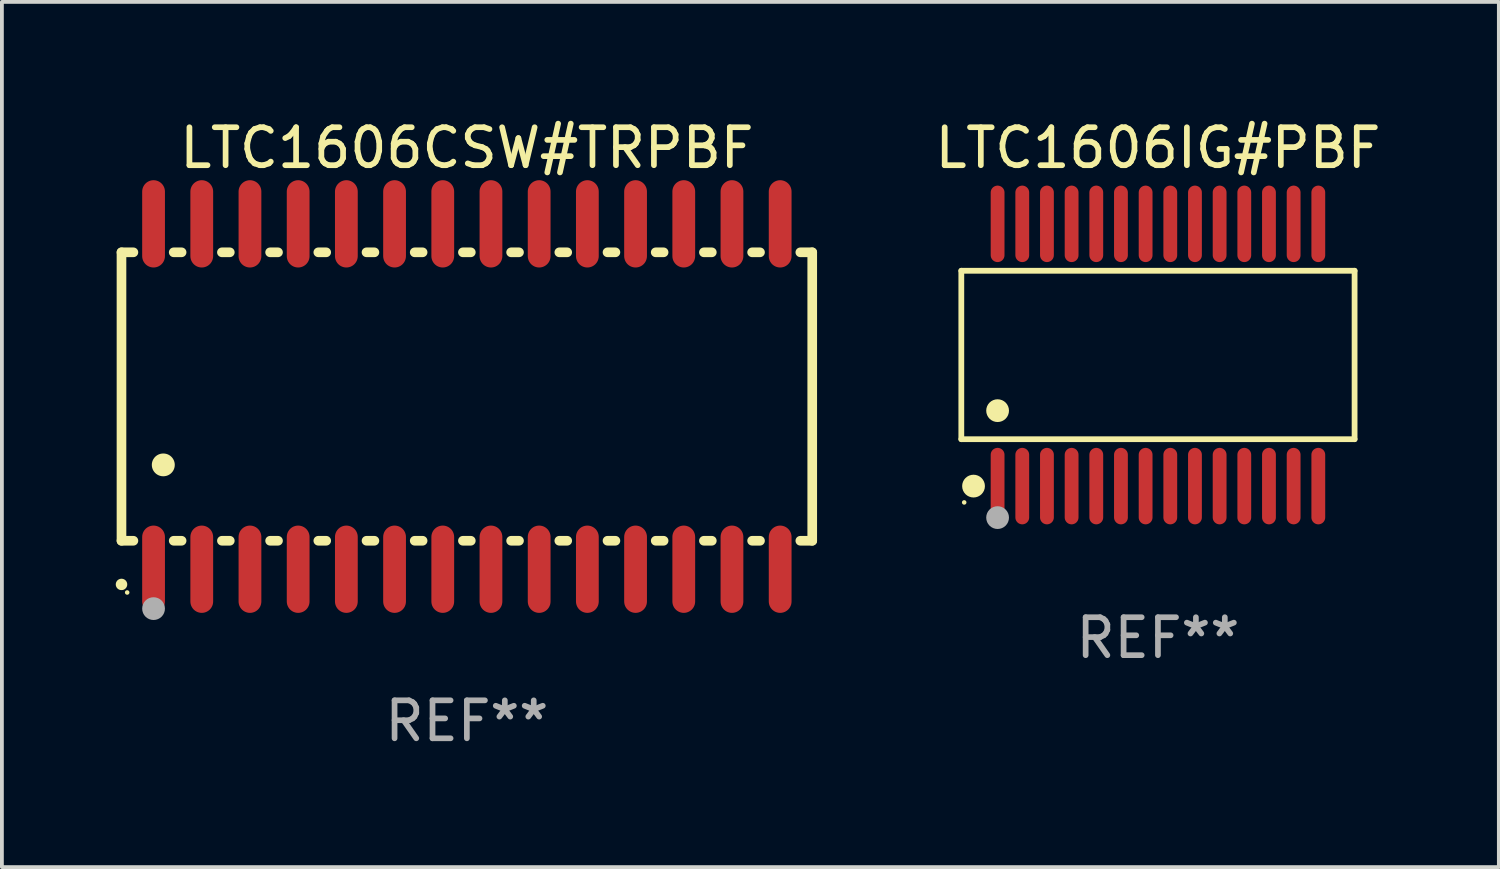
<source format=kicad_pcb>
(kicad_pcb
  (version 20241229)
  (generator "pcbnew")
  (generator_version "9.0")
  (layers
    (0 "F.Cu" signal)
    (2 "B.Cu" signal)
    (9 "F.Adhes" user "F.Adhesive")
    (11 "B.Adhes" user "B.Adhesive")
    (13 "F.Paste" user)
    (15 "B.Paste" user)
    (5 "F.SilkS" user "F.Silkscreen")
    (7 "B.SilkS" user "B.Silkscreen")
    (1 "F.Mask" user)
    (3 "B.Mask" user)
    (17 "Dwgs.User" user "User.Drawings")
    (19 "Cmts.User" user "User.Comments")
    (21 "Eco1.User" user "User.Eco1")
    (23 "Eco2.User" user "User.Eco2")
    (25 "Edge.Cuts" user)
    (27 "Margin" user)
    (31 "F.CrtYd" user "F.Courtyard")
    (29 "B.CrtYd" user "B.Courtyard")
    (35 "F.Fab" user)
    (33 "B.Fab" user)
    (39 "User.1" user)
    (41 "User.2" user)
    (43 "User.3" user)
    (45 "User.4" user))
  (footprint "LTC1606IG#PBF"
    (layer "F.Cu")
    (at 27.46 6.303)
    (property "Reference" "LTC1606IG#PBF" (at 0 -5.455 0) (layer "F.SilkS") (effects (font (size 1 1) (thickness 0.15))))
    (attr through_hole)
    (fp_line (start -5.181 -2.219) (end 5.181 -2.219) (stroke (width 0.152) (type solid)) (layer "F.SilkS"))
    (fp_line (start -5.181 2.219) (end -5.181 -2.219) (stroke (width 0.152) (type solid)) (layer "F.SilkS"))
    (fp_line (start 5.181 -2.219) (end 5.181 2.219) (stroke (width 0.152) (type solid)) (layer "F.SilkS"))
    (fp_line (start 5.181 2.219) (end -5.181 2.219) (stroke (width 0.152) (type solid)) (layer "F.SilkS"))
    (fp_circle (center -5.105 3.885) (end -5.075 3.885) (stroke (width 0.06) (type solid)) (fill no) (layer "F.SilkS"))
    (fp_circle (center -4.859 3.455) (end -4.709 3.455) (stroke (width 0.3) (type solid)) (fill no) (layer "F.SilkS"))
    (fp_circle (center -4.225 1.467) (end -4.075 1.467) (stroke (width 0.3) (type solid)) (fill no) (layer "F.SilkS"))
    (fp_circle (center -4.225 4.285) (end -4.075 4.285) (stroke (width 0.3) (type solid)) (fill no) (layer "F.Fab"))
    (fp_text user "REF**" (at 0 7.455 0) (layer "F.Fab") (effects (font (size 1 1) (thickness 0.15))))
    (pad "1" smd oval (at -4.225 3.455) (size 0.364 2.015) (layers "F.Cu" "F.Mask" "F.Paste"))
    (pad "2" smd oval (at -3.575 3.455) (size 0.364 2.015) (layers "F.Cu" "F.Mask" "F.Paste"))
    (pad "3" smd oval (at -2.925 3.455) (size 0.364 2.015) (layers "F.Cu" "F.Mask" "F.Paste"))
    (pad "4" smd oval (at -2.275 3.455) (size 0.364 2.015) (layers "F.Cu" "F.Mask" "F.Paste"))
    (pad "5" smd oval (at -1.625 3.455) (size 0.364 2.015) (layers "F.Cu" "F.Mask" "F.Paste"))
    (pad "6" smd oval (at -0.975 3.455) (size 0.364 2.015) (layers "F.Cu" "F.Mask" "F.Paste"))
    (pad "7" smd oval (at -0.325 3.455) (size 0.364 2.015) (layers "F.Cu" "F.Mask" "F.Paste"))
    (pad "8" smd oval (at 0.325 3.455) (size 0.364 2.015) (layers "F.Cu" "F.Mask" "F.Paste"))
    (pad "9" smd oval (at 0.975 3.455) (size 0.364 2.015) (layers "F.Cu" "F.Mask" "F.Paste"))
    (pad "10" smd oval (at 1.625 3.455) (size 0.364 2.015) (layers "F.Cu" "F.Mask" "F.Paste"))
    (pad "11" smd oval (at 2.275 3.455) (size 0.364 2.015) (layers "F.Cu" "F.Mask" "F.Paste"))
    (pad "12" smd oval (at 2.925 3.455) (size 0.364 2.015) (layers "F.Cu" "F.Mask" "F.Paste"))
    (pad "13" smd oval (at 3.575 3.455) (size 0.364 2.015) (layers "F.Cu" "F.Mask" "F.Paste"))
    (pad "14" smd oval (at 4.225 3.455) (size 0.364 2.015) (layers "F.Cu" "F.Mask" "F.Paste"))
    (pad "15" smd oval (at 4.225 -3.455) (size 0.364 2.015) (layers "F.Cu" "F.Mask" "F.Paste"))
    (pad "16" smd oval (at 3.575 -3.455) (size 0.364 2.015) (layers "F.Cu" "F.Mask" "F.Paste"))
    (pad "17" smd oval (at 2.925 -3.455) (size 0.364 2.015) (layers "F.Cu" "F.Mask" "F.Paste"))
    (pad "18" smd oval (at 2.275 -3.455) (size 0.364 2.015) (layers "F.Cu" "F.Mask" "F.Paste"))
    (pad "19" smd oval (at 1.625 -3.455) (size 0.364 2.015) (layers "F.Cu" "F.Mask" "F.Paste"))
    (pad "20" smd oval (at 0.975 -3.455) (size 0.364 2.015) (layers "F.Cu" "F.Mask" "F.Paste"))
    (pad "21" smd oval (at 0.325 -3.455) (size 0.364 2.015) (layers "F.Cu" "F.Mask" "F.Paste"))
    (pad "22" smd oval (at -0.325 -3.455) (size 0.364 2.015) (layers "F.Cu" "F.Mask" "F.Paste"))
    (pad "23" smd oval (at -0.975 -3.455) (size 0.364 2.015) (layers "F.Cu" "F.Mask" "F.Paste"))
    (pad "24" smd oval (at -1.625 -3.455) (size 0.364 2.015) (layers "F.Cu" "F.Mask" "F.Paste"))
    (pad "25" smd oval (at -2.275 -3.455) (size 0.364 2.015) (layers "F.Cu" "F.Mask" "F.Paste"))
    (pad "26" smd oval (at -2.925 -3.455) (size 0.364 2.015) (layers "F.Cu" "F.Mask" "F.Paste"))
    (pad "27" smd oval (at -3.575 -3.455) (size 0.364 2.015) (layers "F.Cu" "F.Mask" "F.Paste"))
    (pad "28" smd oval (at -4.225 -3.455) (size 0.364 2.015) (layers "F.Cu" "F.Mask" "F.Paste")))
  (footprint "LTC1606CSW#TRPBF"
    (layer "F.Cu")
    (at 9.251 7.398)
    (property "Reference" "LTC1606CSW#TRPBF" (at 0 -6.55 0) (layer "F.SilkS") (effects (font (size 1 1) (thickness 0.15))))
    (attr through_hole)
    (fp_line (start -9.1 -3.8) (end -9.1 3.8) (stroke (width 0.254) (type solid)) (layer "F.SilkS"))
    (fp_line (start -9.1 -3.8) (end -8.786 -3.8) (stroke (width 0.254) (type solid)) (layer "F.SilkS"))
    (fp_line (start -9.1 3.8) (end -8.786 3.8) (stroke (width 0.254) (type solid)) (layer "F.SilkS"))
    (fp_line (start -7.724 -3.8) (end -7.516 -3.8) (stroke (width 0.254) (type solid)) (layer "F.SilkS"))
    (fp_line (start -7.724 3.8) (end -7.516 3.8) (stroke (width 0.254) (type solid)) (layer "F.SilkS"))
    (fp_line (start -6.454 -3.8) (end -6.246 -3.8) (stroke (width 0.254) (type solid)) (layer "F.SilkS"))
    (fp_line (start -6.454 3.8) (end -6.246 3.8) (stroke (width 0.254) (type solid)) (layer "F.SilkS"))
    (fp_line (start -5.184 -3.8) (end -4.976 -3.8) (stroke (width 0.254) (type solid)) (layer "F.SilkS"))
    (fp_line (start -5.184 3.8) (end -4.976 3.8) (stroke (width 0.254) (type solid)) (layer "F.SilkS"))
    (fp_line (start -3.914 -3.8) (end -3.706 -3.8) (stroke (width 0.254) (type solid)) (layer "F.SilkS"))
    (fp_line (start -3.914 3.8) (end -3.706 3.8) (stroke (width 0.254) (type solid)) (layer "F.SilkS"))
    (fp_line (start -2.644 -3.8) (end -2.436 -3.8) (stroke (width 0.254) (type solid)) (layer "F.SilkS"))
    (fp_line (start -2.644 3.8) (end -2.436 3.8) (stroke (width 0.254) (type solid)) (layer "F.SilkS"))
    (fp_line (start -1.374 -3.8) (end -1.166 -3.8) (stroke (width 0.254) (type solid)) (layer "F.SilkS"))
    (fp_line (start -1.374 3.8) (end -1.166 3.8) (stroke (width 0.254) (type solid)) (layer "F.SilkS"))
    (fp_line (start -0.104 -3.8) (end 0.104 -3.8) (stroke (width 0.254) (type solid)) (layer "F.SilkS"))
    (fp_line (start -0.104 3.8) (end 0.104 3.8) (stroke (width 0.254) (type solid)) (layer "F.SilkS"))
    (fp_line (start 1.166 -3.8) (end 1.374 -3.8) (stroke (width 0.254) (type solid)) (layer "F.SilkS"))
    (fp_line (start 1.166 3.8) (end 1.374 3.8) (stroke (width 0.254) (type solid)) (layer "F.SilkS"))
    (fp_line (start 2.436 -3.8) (end 2.644 -3.8) (stroke (width 0.254) (type solid)) (layer "F.SilkS"))
    (fp_line (start 2.436 3.8) (end 2.644 3.8) (stroke (width 0.254) (type solid)) (layer "F.SilkS"))
    (fp_line (start 3.706 -3.8) (end 3.914 -3.8) (stroke (width 0.254) (type solid)) (layer "F.SilkS"))
    (fp_line (start 3.706 3.8) (end 3.914 3.8) (stroke (width 0.254) (type solid)) (layer "F.SilkS"))
    (fp_line (start 4.976 -3.8) (end 5.184 -3.8) (stroke (width 0.254) (type solid)) (layer "F.SilkS"))
    (fp_line (start 4.976 3.8) (end 5.184 3.8) (stroke (width 0.254) (type solid)) (layer "F.SilkS"))
    (fp_line (start 6.246 -3.8) (end 6.454 -3.8) (stroke (width 0.254) (type solid)) (layer "F.SilkS"))
    (fp_line (start 6.246 3.8) (end 6.454 3.8) (stroke (width 0.254) (type solid)) (layer "F.SilkS"))
    (fp_line (start 7.516 -3.8) (end 7.724 -3.8) (stroke (width 0.254) (type solid)) (layer "F.SilkS"))
    (fp_line (start 7.516 3.8) (end 7.724 3.8) (stroke (width 0.254) (type solid)) (layer "F.SilkS"))
    (fp_line (start 8.786 -3.8) (end 9.1 -3.8) (stroke (width 0.254) (type solid)) (layer "F.SilkS"))
    (fp_line (start 8.786 3.8) (end 9.1 3.8) (stroke (width 0.254) (type solid)) (layer "F.SilkS"))
    (fp_line (start 9.1 -3.8) (end 9.1 3.8) (stroke (width 0.254) (type solid)) (layer "F.SilkS"))
    (fp_arc (start -9.100864 4.95047) (mid -9.099594 4.950465) (end -9.098324 4.95047) (stroke (width 0.3) (type solid)) (layer "F.SilkS"))
    (fp_arc (start -8.001041 1.800864) (mid -7.998501 1.800853) (end -7.995961 1.800864) (stroke (width 0.6) (type solid)) (layer "F.SilkS"))
    (fp_circle (center -8.95 5.163) (end -8.92 5.163) (stroke (width 0.06) (type solid)) (fill no) (layer "F.SilkS"))
    (fp_circle (center -8.255 5.588) (end -8.105 5.588) (stroke (width 0.3) (type solid)) (fill no) (layer "F.Fab"))
    (fp_text user "REF**" (at 0 8.55 0) (layer "F.Fab") (effects (font (size 1 1) (thickness 0.15))))
    (pad "1" smd oval (at -8.255 4.55 180) (size 0.6 2.3) (layers "F.Cu" "F.Mask" "F.Paste"))
    (pad "2" smd oval (at -6.985 4.55 180) (size 0.6 2.3) (layers "F.Cu" "F.Mask" "F.Paste"))
    (pad "3" smd oval (at -5.715 4.55 180) (size 0.6 2.3) (layers "F.Cu" "F.Mask" "F.Paste"))
    (pad "4" smd oval (at -4.445 4.55 180) (size 0.6 2.3) (layers "F.Cu" "F.Mask" "F.Paste"))
    (pad "5" smd oval (at -3.175 4.55 180) (size 0.6 2.3) (layers "F.Cu" "F.Mask" "F.Paste"))
    (pad "6" smd oval (at -1.905 4.55 180) (size 0.6 2.3) (layers "F.Cu" "F.Mask" "F.Paste"))
    (pad "7" smd oval (at -0.635 4.55 180) (size 0.6 2.3) (layers "F.Cu" "F.Mask" "F.Paste"))
    (pad "8" smd oval (at 0.635 4.55 180) (size 0.6 2.3) (layers "F.Cu" "F.Mask" "F.Paste"))
    (pad "9" smd oval (at 1.905 4.55 180) (size 0.6 2.3) (layers "F.Cu" "F.Mask" "F.Paste"))
    (pad "10" smd oval (at 3.175 4.55 180) (size 0.6 2.3) (layers "F.Cu" "F.Mask" "F.Paste"))
    (pad "11" smd oval (at 4.445 4.55 180) (size 0.6 2.3) (layers "F.Cu" "F.Mask" "F.Paste"))
    (pad "12" smd oval (at 5.715 4.55 180) (size 0.6 2.3) (layers "F.Cu" "F.Mask" "F.Paste"))
    (pad "13" smd oval (at 6.985 4.55 180) (size 0.6 2.3) (layers "F.Cu" "F.Mask" "F.Paste"))
    (pad "14" smd oval (at 8.255 4.55 180) (size 0.6 2.3) (layers "F.Cu" "F.Mask" "F.Paste"))
    (pad "15" smd oval (at 8.255 -4.55 180) (size 0.6 2.3) (layers "F.Cu" "F.Mask" "F.Paste"))
    (pad "16" smd oval (at 6.985 -4.55 180) (size 0.6 2.3) (layers "F.Cu" "F.Mask" "F.Paste"))
    (pad "17" smd oval (at 5.715 -4.55 180) (size 0.6 2.3) (layers "F.Cu" "F.Mask" "F.Paste"))
    (pad "18" smd oval (at 4.445 -4.55 180) (size 0.6 2.3) (layers "F.Cu" "F.Mask" "F.Paste"))
    (pad "19" smd oval (at 3.175 -4.55 180) (size 0.6 2.3) (layers "F.Cu" "F.Mask" "F.Paste"))
    (pad "20" smd oval (at 1.905 -4.55 180) (size 0.6 2.3) (layers "F.Cu" "F.Mask" "F.Paste"))
    (pad "21" smd oval (at 0.635 -4.55 180) (size 0.6 2.3) (layers "F.Cu" "F.Mask" "F.Paste"))
    (pad "22" smd oval (at -0.635 -4.55 180) (size 0.6 2.3) (layers "F.Cu" "F.Mask" "F.Paste"))
    (pad "23" smd oval (at -1.905 -4.55 180) (size 0.6 2.3) (layers "F.Cu" "F.Mask" "F.Paste"))
    (pad "24" smd oval (at -3.175 -4.55 180) (size 0.6 2.3) (layers "F.Cu" "F.Mask" "F.Paste"))
    (pad "25" smd oval (at -4.445 -4.55 180) (size 0.6 2.3) (layers "F.Cu" "F.Mask" "F.Paste"))
    (pad "26" smd oval (at -5.715 -4.55 180) (size 0.6 2.3) (layers "F.Cu" "F.Mask" "F.Paste"))
    (pad "27" smd oval (at -6.985 -4.55 180) (size 0.6 2.3) (layers "F.Cu" "F.Mask" "F.Paste"))
    (pad "28" smd oval (at -8.255 -4.55 180) (size 0.6 2.3) (layers "F.Cu" "F.Mask" "F.Paste")))
  (gr_rect
    (start -3 -3)
    (end 36.442 19.796)
    (stroke (width 0.1) (type default))
    (fill no)
    (layer "Edge.Cuts")))
</source>
